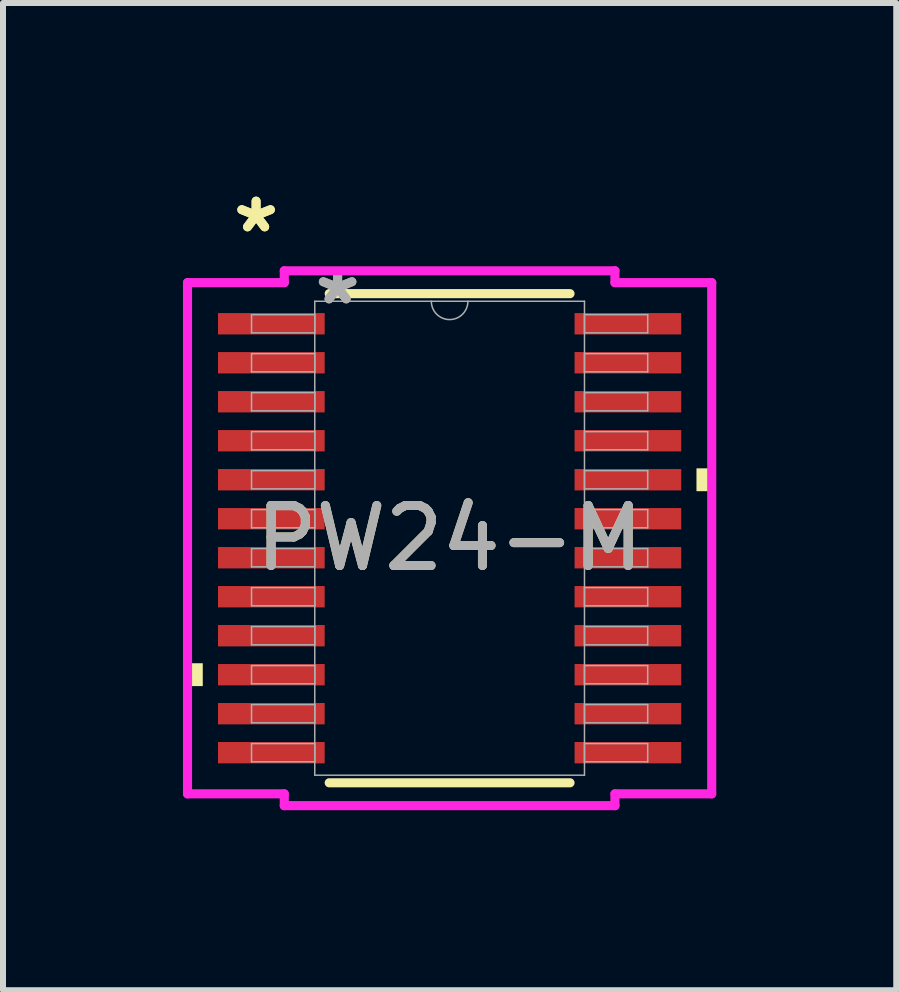
<source format=kicad_pcb>
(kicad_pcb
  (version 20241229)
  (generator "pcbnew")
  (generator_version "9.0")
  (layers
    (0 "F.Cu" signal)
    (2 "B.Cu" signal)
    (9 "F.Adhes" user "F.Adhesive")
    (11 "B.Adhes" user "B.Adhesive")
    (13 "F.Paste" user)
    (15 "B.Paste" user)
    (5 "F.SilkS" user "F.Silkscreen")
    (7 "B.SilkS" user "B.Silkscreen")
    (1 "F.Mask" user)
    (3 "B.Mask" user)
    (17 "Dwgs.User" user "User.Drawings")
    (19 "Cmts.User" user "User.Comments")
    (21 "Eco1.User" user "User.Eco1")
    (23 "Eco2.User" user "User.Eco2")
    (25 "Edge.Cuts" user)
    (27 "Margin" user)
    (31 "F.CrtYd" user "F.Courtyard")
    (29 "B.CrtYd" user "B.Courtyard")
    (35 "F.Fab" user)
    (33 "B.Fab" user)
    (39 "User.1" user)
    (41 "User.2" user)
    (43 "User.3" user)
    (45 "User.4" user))
  (footprint "PW24-M"
    (layer "F.Cu")
    (at 4.445 5.922)
    (property "Reference" "PW24-M" (at 0 0 0) (unlocked yes) (layer "F.SilkS") (effects (font (size 1 1) (thickness 0.15))))
    (attr smd)
    (fp_line (start -2.007 4.077) (end 2.007 4.077) (stroke (width 0.152) (type solid)) (layer "F.SilkS"))
    (fp_line (start 2.007 -4.077) (end -2.007 -4.077) (stroke (width 0.152) (type solid)) (layer "F.SilkS"))
    (fp_poly (pts (xy -4.369 2.084) (xy -4.369 2.465) (xy -4.115 2.465) (xy -4.115 2.084)) (stroke (width 0) (type solid)) (fill yes) (layer "F.SilkS"))
    (fp_poly (pts (xy 4.369 -1.165) (xy 4.369 -0.784) (xy 4.115 -0.784) (xy 4.115 -1.165)) (stroke (width 0) (type solid)) (fill yes) (layer "F.SilkS"))
    (fp_line (start -4.369 -4.261) (end -2.756 -4.261) (stroke (width 0.152) (type solid)) (layer "F.CrtYd"))
    (fp_line (start -4.369 4.261) (end -4.369 -4.261) (stroke (width 0.152) (type solid)) (layer "F.CrtYd"))
    (fp_line (start -4.369 4.261) (end -2.756 4.261) (stroke (width 0.152) (type solid)) (layer "F.CrtYd"))
    (fp_line (start -2.756 -4.458) (end 2.756 -4.458) (stroke (width 0.152) (type solid)) (layer "F.CrtYd"))
    (fp_line (start -2.756 -4.261) (end -2.756 -4.458) (stroke (width 0.152) (type solid)) (layer "F.CrtYd"))
    (fp_line (start -2.756 4.458) (end -2.756 4.261) (stroke (width 0.152) (type solid)) (layer "F.CrtYd"))
    (fp_line (start 2.756 -4.458) (end 2.756 -4.261) (stroke (width 0.152) (type solid)) (layer "F.CrtYd"))
    (fp_line (start 2.756 4.261) (end 2.756 4.458) (stroke (width 0.152) (type solid)) (layer "F.CrtYd"))
    (fp_line (start 2.756 4.458) (end -2.756 4.458) (stroke (width 0.152) (type solid)) (layer "F.CrtYd"))
    (fp_line (start 4.369 -4.261) (end 2.756 -4.261) (stroke (width 0.152) (type solid)) (layer "F.CrtYd"))
    (fp_line (start 4.369 -4.261) (end 4.369 4.261) (stroke (width 0.152) (type solid)) (layer "F.CrtYd"))
    (fp_line (start 4.369 4.261) (end 2.756 4.261) (stroke (width 0.152) (type solid)) (layer "F.CrtYd"))
    (fp_line (start -3.302 -3.727) (end -3.302 -3.423) (stroke (width 0.025) (type solid)) (layer "F.Fab"))
    (fp_line (start -3.302 -3.423) (end -2.248 -3.423) (stroke (width 0.025) (type solid)) (layer "F.Fab"))
    (fp_line (start -3.302 -3.077) (end -3.302 -2.773) (stroke (width 0.025) (type solid)) (layer "F.Fab"))
    (fp_line (start -3.302 -2.773) (end -2.248 -2.773) (stroke (width 0.025) (type solid)) (layer "F.Fab"))
    (fp_line (start -3.302 -2.427) (end -3.302 -2.123) (stroke (width 0.025) (type solid)) (layer "F.Fab"))
    (fp_line (start -3.302 -2.123) (end -2.248 -2.123) (stroke (width 0.025) (type solid)) (layer "F.Fab"))
    (fp_line (start -3.302 -1.777) (end -3.302 -1.473) (stroke (width 0.025) (type solid)) (layer "F.Fab"))
    (fp_line (start -3.302 -1.473) (end -2.248 -1.473) (stroke (width 0.025) (type solid)) (layer "F.Fab"))
    (fp_line (start -3.302 -1.127) (end -3.302 -0.823) (stroke (width 0.025) (type solid)) (layer "F.Fab"))
    (fp_line (start -3.302 -0.823) (end -2.248 -0.823) (stroke (width 0.025) (type solid)) (layer "F.Fab"))
    (fp_line (start -3.302 -0.477) (end -3.302 -0.173) (stroke (width 0.025) (type solid)) (layer "F.Fab"))
    (fp_line (start -3.302 -0.173) (end -2.248 -0.173) (stroke (width 0.025) (type solid)) (layer "F.Fab"))
    (fp_line (start -3.302 0.173) (end -3.302 0.477) (stroke (width 0.025) (type solid)) (layer "F.Fab"))
    (fp_line (start -3.302 0.477) (end -2.248 0.477) (stroke (width 0.025) (type solid)) (layer "F.Fab"))
    (fp_line (start -3.302 0.823) (end -3.302 1.127) (stroke (width 0.025) (type solid)) (layer "F.Fab"))
    (fp_line (start -3.302 1.127) (end -2.248 1.127) (stroke (width 0.025) (type solid)) (layer "F.Fab"))
    (fp_line (start -3.302 1.473) (end -3.302 1.777) (stroke (width 0.025) (type solid)) (layer "F.Fab"))
    (fp_line (start -3.302 1.777) (end -2.248 1.777) (stroke (width 0.025) (type solid)) (layer "F.Fab"))
    (fp_line (start -3.302 2.123) (end -3.302 2.427) (stroke (width 0.025) (type solid)) (layer "F.Fab"))
    (fp_line (start -3.302 2.427) (end -2.248 2.427) (stroke (width 0.025) (type solid)) (layer "F.Fab"))
    (fp_line (start -3.302 2.773) (end -3.302 3.077) (stroke (width 0.025) (type solid)) (layer "F.Fab"))
    (fp_line (start -3.302 3.077) (end -2.248 3.077) (stroke (width 0.025) (type solid)) (layer "F.Fab"))
    (fp_line (start -3.302 3.423) (end -3.302 3.727) (stroke (width 0.025) (type solid)) (layer "F.Fab"))
    (fp_line (start -3.302 3.727) (end -2.248 3.727) (stroke (width 0.025) (type solid)) (layer "F.Fab"))
    (fp_line (start -2.248 -3.95) (end -2.248 3.95) (stroke (width 0.025) (type solid)) (layer "F.Fab"))
    (fp_line (start -2.248 -3.727) (end -3.302 -3.727) (stroke (width 0.025) (type solid)) (layer "F.Fab"))
    (fp_line (start -2.248 -3.423) (end -2.248 -3.727) (stroke (width 0.025) (type solid)) (layer "F.Fab"))
    (fp_line (start -2.248 -3.077) (end -3.302 -3.077) (stroke (width 0.025) (type solid)) (layer "F.Fab"))
    (fp_line (start -2.248 -2.773) (end -2.248 -3.077) (stroke (width 0.025) (type solid)) (layer "F.Fab"))
    (fp_line (start -2.248 -2.427) (end -3.302 -2.427) (stroke (width 0.025) (type solid)) (layer "F.Fab"))
    (fp_line (start -2.248 -2.123) (end -2.248 -2.427) (stroke (width 0.025) (type solid)) (layer "F.Fab"))
    (fp_line (start -2.248 -1.777) (end -3.302 -1.777) (stroke (width 0.025) (type solid)) (layer "F.Fab"))
    (fp_line (start -2.248 -1.473) (end -2.248 -1.777) (stroke (width 0.025) (type solid)) (layer "F.Fab"))
    (fp_line (start -2.248 -1.127) (end -3.302 -1.127) (stroke (width 0.025) (type solid)) (layer "F.Fab"))
    (fp_line (start -2.248 -0.823) (end -2.248 -1.127) (stroke (width 0.025) (type solid)) (layer "F.Fab"))
    (fp_line (start -2.248 -0.477) (end -3.302 -0.477) (stroke (width 0.025) (type solid)) (layer "F.Fab"))
    (fp_line (start -2.248 -0.173) (end -2.248 -0.477) (stroke (width 0.025) (type solid)) (layer "F.Fab"))
    (fp_line (start -2.248 0.173) (end -3.302 0.173) (stroke (width 0.025) (type solid)) (layer "F.Fab"))
    (fp_line (start -2.248 0.477) (end -2.248 0.173) (stroke (width 0.025) (type solid)) (layer "F.Fab"))
    (fp_line (start -2.248 0.823) (end -3.302 0.823) (stroke (width 0.025) (type solid)) (layer "F.Fab"))
    (fp_line (start -2.248 1.127) (end -2.248 0.823) (stroke (width 0.025) (type solid)) (layer "F.Fab"))
    (fp_line (start -2.248 1.473) (end -3.302 1.473) (stroke (width 0.025) (type solid)) (layer "F.Fab"))
    (fp_line (start -2.248 1.777) (end -2.248 1.473) (stroke (width 0.025) (type solid)) (layer "F.Fab"))
    (fp_line (start -2.248 2.123) (end -3.302 2.123) (stroke (width 0.025) (type solid)) (layer "F.Fab"))
    (fp_line (start -2.248 2.427) (end -2.248 2.123) (stroke (width 0.025) (type solid)) (layer "F.Fab"))
    (fp_line (start -2.248 2.773) (end -3.302 2.773) (stroke (width 0.025) (type solid)) (layer "F.Fab"))
    (fp_line (start -2.248 3.077) (end -2.248 2.773) (stroke (width 0.025) (type solid)) (layer "F.Fab"))
    (fp_line (start -2.248 3.423) (end -3.302 3.423) (stroke (width 0.025) (type solid)) (layer "F.Fab"))
    (fp_line (start -2.248 3.727) (end -2.248 3.423) (stroke (width 0.025) (type solid)) (layer "F.Fab"))
    (fp_line (start -2.248 3.95) (end 2.248 3.95) (stroke (width 0.025) (type solid)) (layer "F.Fab"))
    (fp_line (start 2.248 -3.95) (end -2.248 -3.95) (stroke (width 0.025) (type solid)) (layer "F.Fab"))
    (fp_line (start 2.248 -3.727) (end 2.248 -3.423) (stroke (width 0.025) (type solid)) (layer "F.Fab"))
    (fp_line (start 2.248 -3.423) (end 3.302 -3.423) (stroke (width 0.025) (type solid)) (layer "F.Fab"))
    (fp_line (start 2.248 -3.077) (end 2.248 -2.773) (stroke (width 0.025) (type solid)) (layer "F.Fab"))
    (fp_line (start 2.248 -2.773) (end 3.302 -2.773) (stroke (width 0.025) (type solid)) (layer "F.Fab"))
    (fp_line (start 2.248 -2.427) (end 2.248 -2.123) (stroke (width 0.025) (type solid)) (layer "F.Fab"))
    (fp_line (start 2.248 -2.123) (end 3.302 -2.123) (stroke (width 0.025) (type solid)) (layer "F.Fab"))
    (fp_line (start 2.248 -1.777) (end 2.248 -1.473) (stroke (width 0.025) (type solid)) (layer "F.Fab"))
    (fp_line (start 2.248 -1.473) (end 3.302 -1.473) (stroke (width 0.025) (type solid)) (layer "F.Fab"))
    (fp_line (start 2.248 -1.127) (end 2.248 -0.823) (stroke (width 0.025) (type solid)) (layer "F.Fab"))
    (fp_line (start 2.248 -0.823) (end 3.302 -0.823) (stroke (width 0.025) (type solid)) (layer "F.Fab"))
    (fp_line (start 2.248 -0.477) (end 2.248 -0.173) (stroke (width 0.025) (type solid)) (layer "F.Fab"))
    (fp_line (start 2.248 -0.173) (end 3.302 -0.173) (stroke (width 0.025) (type solid)) (layer "F.Fab"))
    (fp_line (start 2.248 0.173) (end 2.248 0.477) (stroke (width 0.025) (type solid)) (layer "F.Fab"))
    (fp_line (start 2.248 0.477) (end 3.302 0.477) (stroke (width 0.025) (type solid)) (layer "F.Fab"))
    (fp_line (start 2.248 0.823) (end 2.248 1.127) (stroke (width 0.025) (type solid)) (layer "F.Fab"))
    (fp_line (start 2.248 1.127) (end 3.302 1.127) (stroke (width 0.025) (type solid)) (layer "F.Fab"))
    (fp_line (start 2.248 1.473) (end 2.248 1.777) (stroke (width 0.025) (type solid)) (layer "F.Fab"))
    (fp_line (start 2.248 1.777) (end 3.302 1.777) (stroke (width 0.025) (type solid)) (layer "F.Fab"))
    (fp_line (start 2.248 2.123) (end 2.248 2.427) (stroke (width 0.025) (type solid)) (layer "F.Fab"))
    (fp_line (start 2.248 2.427) (end 3.302 2.427) (stroke (width 0.025) (type solid)) (layer "F.Fab"))
    (fp_line (start 2.248 2.773) (end 2.248 3.077) (stroke (width 0.025) (type solid)) (layer "F.Fab"))
    (fp_line (start 2.248 3.077) (end 3.302 3.077) (stroke (width 0.025) (type solid)) (layer "F.Fab"))
    (fp_line (start 2.248 3.423) (end 2.248 3.727) (stroke (width 0.025) (type solid)) (layer "F.Fab"))
    (fp_line (start 2.248 3.727) (end 3.302 3.727) (stroke (width 0.025) (type solid)) (layer "F.Fab"))
    (fp_line (start 2.248 3.95) (end 2.248 -3.95) (stroke (width 0.025) (type solid)) (layer "F.Fab"))
    (fp_line (start 3.302 -3.727) (end 2.248 -3.727) (stroke (width 0.025) (type solid)) (layer "F.Fab"))
    (fp_line (start 3.302 -3.423) (end 3.302 -3.727) (stroke (width 0.025) (type solid)) (layer "F.Fab"))
    (fp_line (start 3.302 -3.077) (end 2.248 -3.077) (stroke (width 0.025) (type solid)) (layer "F.Fab"))
    (fp_line (start 3.302 -2.773) (end 3.302 -3.077) (stroke (width 0.025) (type solid)) (layer "F.Fab"))
    (fp_line (start 3.302 -2.427) (end 2.248 -2.427) (stroke (width 0.025) (type solid)) (layer "F.Fab"))
    (fp_line (start 3.302 -2.123) (end 3.302 -2.427) (stroke (width 0.025) (type solid)) (layer "F.Fab"))
    (fp_line (start 3.302 -1.777) (end 2.248 -1.777) (stroke (width 0.025) (type solid)) (layer "F.Fab"))
    (fp_line (start 3.302 -1.473) (end 3.302 -1.777) (stroke (width 0.025) (type solid)) (layer "F.Fab"))
    (fp_line (start 3.302 -1.127) (end 2.248 -1.127) (stroke (width 0.025) (type solid)) (layer "F.Fab"))
    (fp_line (start 3.302 -0.823) (end 3.302 -1.127) (stroke (width 0.025) (type solid)) (layer "F.Fab"))
    (fp_line (start 3.302 -0.477) (end 2.248 -0.477) (stroke (width 0.025) (type solid)) (layer "F.Fab"))
    (fp_line (start 3.302 -0.173) (end 3.302 -0.477) (stroke (width 0.025) (type solid)) (layer "F.Fab"))
    (fp_line (start 3.302 0.173) (end 2.248 0.173) (stroke (width 0.025) (type solid)) (layer "F.Fab"))
    (fp_line (start 3.302 0.477) (end 3.302 0.173) (stroke (width 0.025) (type solid)) (layer "F.Fab"))
    (fp_line (start 3.302 0.823) (end 2.248 0.823) (stroke (width 0.025) (type solid)) (layer "F.Fab"))
    (fp_line (start 3.302 1.127) (end 3.302 0.823) (stroke (width 0.025) (type solid)) (layer "F.Fab"))
    (fp_line (start 3.302 1.473) (end 2.248 1.473) (stroke (width 0.025) (type solid)) (layer "F.Fab"))
    (fp_line (start 3.302 1.777) (end 3.302 1.473) (stroke (width 0.025) (type solid)) (layer "F.Fab"))
    (fp_line (start 3.302 2.123) (end 2.248 2.123) (stroke (width 0.025) (type solid)) (layer "F.Fab"))
    (fp_line (start 3.302 2.427) (end 3.302 2.123) (stroke (width 0.025) (type solid)) (layer "F.Fab"))
    (fp_line (start 3.302 2.773) (end 2.248 2.773) (stroke (width 0.025) (type solid)) (layer "F.Fab"))
    (fp_line (start 3.302 3.077) (end 3.302 2.773) (stroke (width 0.025) (type solid)) (layer "F.Fab"))
    (fp_line (start 3.302 3.423) (end 2.248 3.423) (stroke (width 0.025) (type solid)) (layer "F.Fab"))
    (fp_line (start 3.302 3.727) (end 3.302 3.423) (stroke (width 0.025) (type solid)) (layer "F.Fab"))
    (fp_arc (start 0.3048 -3.9497) (mid 0 -3.6449) (end -0.3048 -3.9497) (stroke (width 0.0254) (type solid)) (layer "F.Fab"))
    (fp_text user "*" (at -3.226 -5.074 0) (unlocked yes) (layer "F.SilkS") (effects (font (size 1 1) (thickness 0.15))))
    (fp_text user "*" (at -3.226 -5.074 0) (layer "F.SilkS") (effects (font (size 1 1) (thickness 0.15))))
    (fp_text user "${REFERENCE}" (at 0 0 0) (unlocked yes) (layer "F.Fab") (effects (font (size 1 1) (thickness 0.15))))
    (fp_text user "*" (at -1.867 -3.873 0) (unlocked yes) (layer "F.Fab") (effects (font (size 1 1) (thickness 0.15))))
    (fp_text user "*" (at -1.867 -3.873 0) (layer "F.Fab") (effects (font (size 1 1) (thickness 0.15))))
    (pad "1" smd rect (at -2.972 -3.575) (size 1.778 0.356) (layers "F.Cu" "F.Mask" "F.Paste"))
    (pad "2" smd rect (at -2.972 -2.925) (size 1.778 0.356) (layers "F.Cu" "F.Mask" "F.Paste"))
    (pad "3" smd rect (at -2.972 -2.275) (size 1.778 0.356) (layers "F.Cu" "F.Mask" "F.Paste"))
    (pad "4" smd rect (at -2.972 -1.625) (size 1.778 0.356) (layers "F.Cu" "F.Mask" "F.Paste"))
    (pad "5" smd rect (at -2.972 -0.975) (size 1.778 0.356) (layers "F.Cu" "F.Mask" "F.Paste"))
    (pad "6" smd rect (at -2.972 -0.325) (size 1.778 0.356) (layers "F.Cu" "F.Mask" "F.Paste"))
    (pad "7" smd rect (at -2.972 0.325) (size 1.778 0.356) (layers "F.Cu" "F.Mask" "F.Paste"))
    (pad "8" smd rect (at -2.972 0.975) (size 1.778 0.356) (layers "F.Cu" "F.Mask" "F.Paste"))
    (pad "9" smd rect (at -2.972 1.625) (size 1.778 0.356) (layers "F.Cu" "F.Mask" "F.Paste"))
    (pad "10" smd rect (at -2.972 2.275) (size 1.778 0.356) (layers "F.Cu" "F.Mask" "F.Paste"))
    (pad "11" smd rect (at -2.972 2.925) (size 1.778 0.356) (layers "F.Cu" "F.Mask" "F.Paste"))
    (pad "12" smd rect (at -2.972 3.575) (size 1.778 0.356) (layers "F.Cu" "F.Mask" "F.Paste"))
    (pad "13" smd rect (at 2.972 3.575) (size 1.778 0.356) (layers "F.Cu" "F.Mask" "F.Paste"))
    (pad "14" smd rect (at 2.972 2.925) (size 1.778 0.356) (layers "F.Cu" "F.Mask" "F.Paste"))
    (pad "15" smd rect (at 2.972 2.275) (size 1.778 0.356) (layers "F.Cu" "F.Mask" "F.Paste"))
    (pad "16" smd rect (at 2.972 1.625) (size 1.778 0.356) (layers "F.Cu" "F.Mask" "F.Paste"))
    (pad "17" smd rect (at 2.972 0.975) (size 1.778 0.356) (layers "F.Cu" "F.Mask" "F.Paste"))
    (pad "18" smd rect (at 2.972 0.325) (size 1.778 0.356) (layers "F.Cu" "F.Mask" "F.Paste"))
    (pad "19" smd rect (at 2.972 -0.325) (size 1.778 0.356) (layers "F.Cu" "F.Mask" "F.Paste"))
    (pad "20" smd rect (at 2.972 -0.975) (size 1.778 0.356) (layers "F.Cu" "F.Mask" "F.Paste"))
    (pad "21" smd rect (at 2.972 -1.625) (size 1.778 0.356) (layers "F.Cu" "F.Mask" "F.Paste"))
    (pad "22" smd rect (at 2.972 -2.275) (size 1.778 0.356) (layers "F.Cu" "F.Mask" "F.Paste"))
    (pad "23" smd rect (at 2.972 -2.925) (size 1.778 0.356) (layers "F.Cu" "F.Mask" "F.Paste"))
    (pad "24" smd rect (at 2.972 -3.575) (size 1.778 0.356) (layers "F.Cu" "F.Mask" "F.Paste")))
  (gr_rect
    (start -3 -3)
    (end 11.89 13.456)
    (stroke (width 0.1) (type default))
    (fill no)
    (layer "Edge.Cuts")))
</source>
